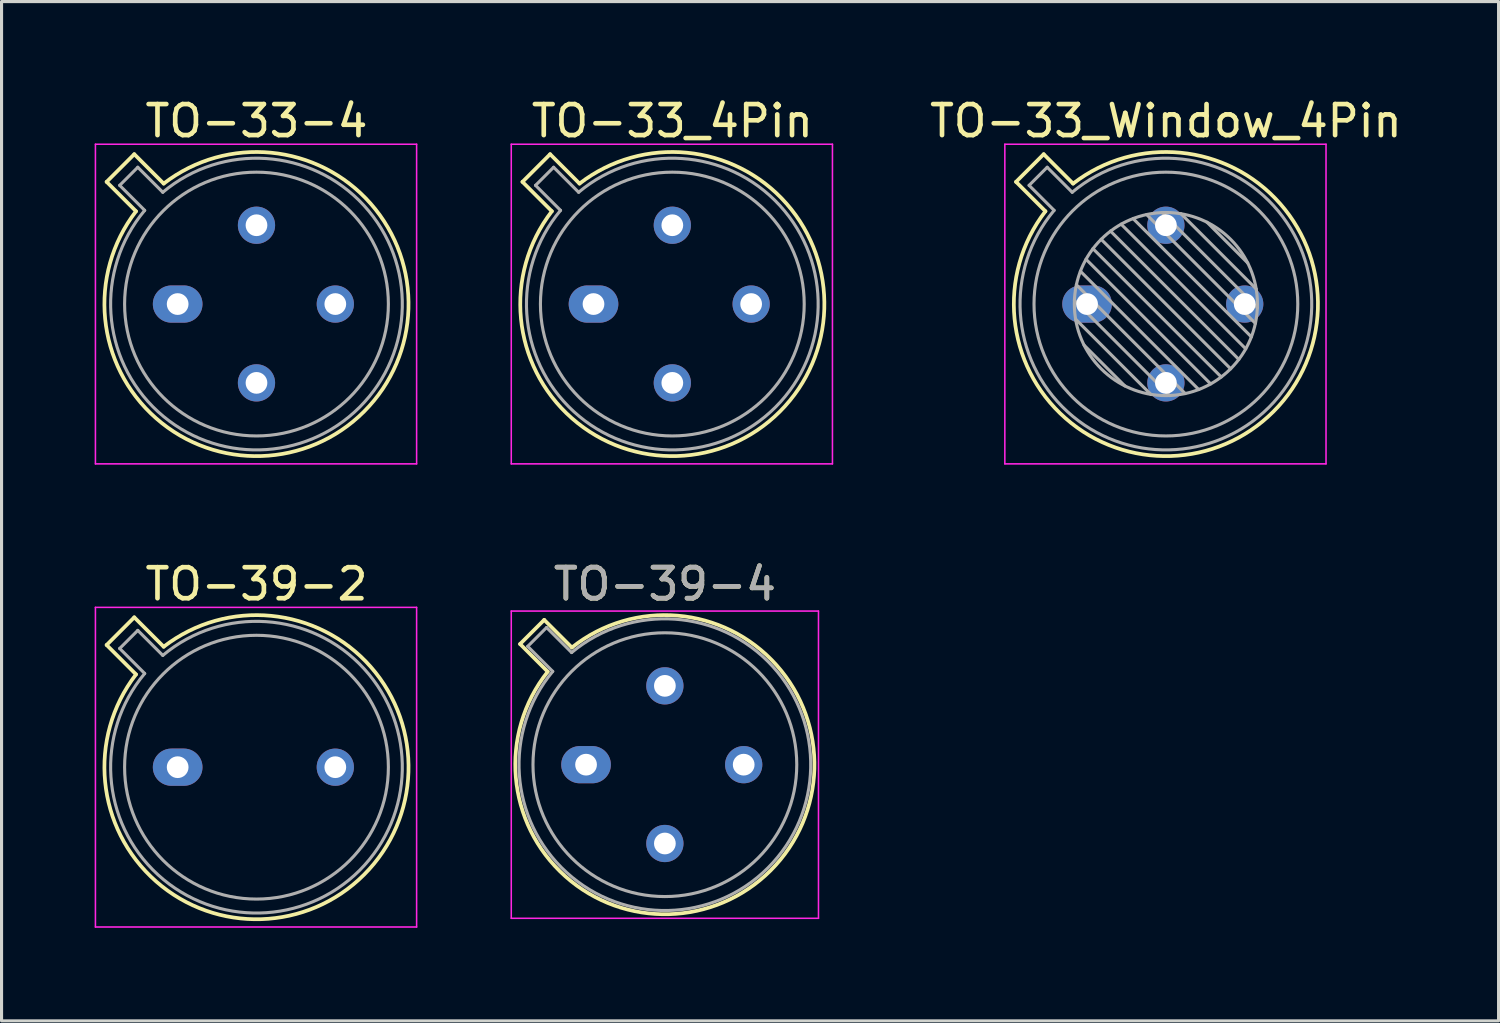
<source format=kicad_pcb>
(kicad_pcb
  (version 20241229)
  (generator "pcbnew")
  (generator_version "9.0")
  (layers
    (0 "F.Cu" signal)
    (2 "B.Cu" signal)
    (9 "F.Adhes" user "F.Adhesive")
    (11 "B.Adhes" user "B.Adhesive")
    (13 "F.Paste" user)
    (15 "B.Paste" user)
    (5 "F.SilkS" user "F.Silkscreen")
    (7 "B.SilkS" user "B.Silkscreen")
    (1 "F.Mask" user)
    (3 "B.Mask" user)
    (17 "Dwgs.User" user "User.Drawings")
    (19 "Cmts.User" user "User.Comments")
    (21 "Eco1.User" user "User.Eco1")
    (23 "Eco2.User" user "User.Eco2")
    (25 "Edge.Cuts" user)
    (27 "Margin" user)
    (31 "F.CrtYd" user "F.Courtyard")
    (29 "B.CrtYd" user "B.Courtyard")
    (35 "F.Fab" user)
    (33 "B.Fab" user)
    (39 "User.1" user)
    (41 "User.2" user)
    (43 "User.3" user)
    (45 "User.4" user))
  (footprint "TO-39-4"
    (layer "F.Cu")
    (at 15.835 21.591)
    (property "Reference" "TO-39-4" (at 2.54 -5.82 0) (layer "F.SilkS") (effects (font (size 1 1) (thickness 0.15))))
    (attr through_hole)
    (fp_line (start -2.126 -3.888) (end -1.235 -2.997) (stroke (width 0.12) (type solid)) (layer "F.SilkS"))
    (fp_line (start -1.348 -4.666) (end -2.126 -3.888) (stroke (width 0.12) (type solid)) (layer "F.SilkS"))
    (fp_line (start -0.457 -3.775) (end -1.348 -4.666) (stroke (width 0.12) (type solid)) (layer "F.SilkS"))
    (fp_arc (start -0.457084 -3.774902) (mid 5.948125 3.408384) (end -1.234674 -2.997371) (stroke (width 0.12) (type solid)) (layer "F.SilkS"))
    (fp_line (start -2.41 -4.95) (end -2.41 4.95) (stroke (width 0.05) (type solid)) (layer "F.CrtYd"))
    (fp_line (start -2.41 4.95) (end 7.49 4.95) (stroke (width 0.05) (type solid)) (layer "F.CrtYd"))
    (fp_line (start 7.49 -4.95) (end -2.41 -4.95) (stroke (width 0.05) (type solid)) (layer "F.CrtYd"))
    (fp_line (start 7.49 4.95) (end 7.49 -4.95) (stroke (width 0.05) (type solid)) (layer "F.CrtYd"))
    (fp_line (start -1.88 -3.812) (end -1.074 -3.005) (stroke (width 0.1) (type solid)) (layer "F.Fab"))
    (fp_line (start -1.272 -4.42) (end -1.88 -3.812) (stroke (width 0.1) (type solid)) (layer "F.Fab"))
    (fp_line (start -0.465 -3.614) (end -1.272 -4.42) (stroke (width 0.1) (type solid)) (layer "F.Fab"))
    (fp_arc (start -0.465408 -3.61352) (mid 5.863443 3.323361) (end -1.073594 -3.005319) (stroke (width 0.1) (type solid)) (layer "F.Fab"))
    (fp_circle (center 2.54 0) (end 6.79 0) (stroke (width 0.1) (type solid)) (fill no) (layer "F.Fab"))
    (fp_text user "${REFERENCE}" (at 2.54 -5.82 0) (layer "F.Fab") (effects (font (size 1 1) (thickness 0.15))))
    (pad "1" thru_hole oval (at 0 0) (size 1.6 1.2) (drill 0.7) (layers "*.Cu" "*.Mask"))
    (pad "2" thru_hole oval (at 2.54 2.54) (size 1.2 1.2) (drill 0.7) (layers "*.Cu" "*.Mask"))
    (pad "3" thru_hole oval (at 5.08 0) (size 1.2 1.2) (drill 0.7) (layers "*.Cu" "*.Mask"))
    (pad "4" thru_hole oval (at 2.54 -2.54) (size 1.2 1.2) (drill 0.7) (layers "*.Cu" "*.Mask")))
  (footprint "TO-33_Window_4Pin"
    (layer "F.Cu")
    (at 31.98 6.748)
    (property "Reference" "TO-33_Window_4Pin" (at 2.54 -5.9 0) (layer "F.SilkS") (effects (font (size 1 1) (thickness 0.15))))
    (attr through_hole)
    (fp_line (start -2.289 -3.938) (end -1.342 -2.991) (stroke (width 0.12) (type solid)) (layer "F.SilkS"))
    (fp_line (start -1.398 -4.829) (end -2.289 -3.938) (stroke (width 0.12) (type solid)) (layer "F.SilkS"))
    (fp_line (start -0.451 -3.882) (end -1.398 -4.829) (stroke (width 0.12) (type solid)) (layer "F.SilkS"))
    (fp_arc (start -0.450589 -3.881543) (mid 6.004823 3.464823) (end -1.341543 -2.990588) (stroke (width 0.12) (type solid)) (layer "F.SilkS"))
    (fp_line (start -2.65 -5.15) (end -2.65 5.15) (stroke (width 0.05) (type solid)) (layer "F.CrtYd"))
    (fp_line (start -2.65 5.15) (end 7.7 5.15) (stroke (width 0.05) (type solid)) (layer "F.CrtYd"))
    (fp_line (start 7.7 -5.15) (end -2.65 -5.15) (stroke (width 0.05) (type solid)) (layer "F.CrtYd"))
    (fp_line (start 7.7 5.15) (end 7.7 -5.15) (stroke (width 0.05) (type solid)) (layer "F.CrtYd"))
    (fp_line (start -1.868 -3.825) (end -1.062 -3.019) (stroke (width 0.1) (type solid)) (layer "F.Fab"))
    (fp_line (start -1.285 -4.408) (end -1.868 -3.825) (stroke (width 0.1) (type solid)) (layer "F.Fab"))
    (fp_line (start -0.479 -3.602) (end -1.285 -4.408) (stroke (width 0.1) (type solid)) (layer "F.Fab"))
    (fp_line (start -0.408 -0.12) (end 2.66 2.948) (stroke (width 0.1) (type solid)) (layer "F.Fab"))
    (fp_line (start -0.371 0.485) (end 2.055 2.911) (stroke (width 0.1) (type solid)) (layer "F.Fab"))
    (fp_line (start -0.344 -0.622) (end 3.162 2.884) (stroke (width 0.1) (type solid)) (layer "F.Fab"))
    (fp_line (start -0.215 -1.058) (end 3.598 2.755) (stroke (width 0.1) (type solid)) (layer "F.Fab"))
    (fp_line (start -0.097 1.324) (end 1.216 2.637) (stroke (width 0.1) (type solid)) (layer "F.Fab"))
    (fp_line (start -0.034 -1.443) (end 3.983 2.574) (stroke (width 0.1) (type solid)) (layer "F.Fab"))
    (fp_line (start 0.19 -1.784) (end 4.324 2.35) (stroke (width 0.1) (type solid)) (layer "F.Fab"))
    (fp_line (start 0.454 -2.086) (end 4.626 2.086) (stroke (width 0.1) (type solid)) (layer "F.Fab"))
    (fp_line (start 0.756 -2.35) (end 4.89 1.784) (stroke (width 0.1) (type solid)) (layer "F.Fab"))
    (fp_line (start 1.097 -2.574) (end 5.114 1.443) (stroke (width 0.1) (type solid)) (layer "F.Fab"))
    (fp_line (start 1.482 -2.755) (end 5.295 1.058) (stroke (width 0.1) (type solid)) (layer "F.Fab"))
    (fp_line (start 1.918 -2.884) (end 5.424 0.622) (stroke (width 0.1) (type solid)) (layer "F.Fab"))
    (fp_line (start 2.42 -2.948) (end 5.488 0.12) (stroke (width 0.1) (type solid)) (layer "F.Fab"))
    (fp_line (start 3.025 -2.911) (end 5.451 -0.485) (stroke (width 0.1) (type solid)) (layer "F.Fab"))
    (fp_line (start 3.864 -2.637) (end 5.177 -1.324) (stroke (width 0.1) (type solid)) (layer "F.Fab"))
    (fp_arc (start -0.478935 -3.602226) (mid 5.863402 3.323402) (end -1.062226 -3.018935) (stroke (width 0.1) (type solid)) (layer "F.Fab"))
    (fp_circle (center 2.54 0) (end 5.49 0) (stroke (width 0.1) (type solid)) (fill no) (layer "F.Fab"))
    (fp_circle (center 2.54 0) (end 6.79 0) (stroke (width 0.1) (type solid)) (fill no) (layer "F.Fab"))
    (pad "1" thru_hole oval (at 0 0) (size 1.6 1.2) (drill 0.7) (layers "*.Cu" "*.Mask"))
    (pad "2" thru_hole oval (at 2.54 2.54) (size 1.2 1.2) (drill 0.7) (layers "*.Cu" "*.Mask"))
    (pad "3" thru_hole oval (at 5.08 0) (size 1.2 1.2) (drill 0.7) (layers "*.Cu" "*.Mask"))
    (pad "4" thru_hole oval (at 2.54 -2.54) (size 1.2 1.2) (drill 0.7) (layers "*.Cu" "*.Mask")))
  (footprint "TO-39-2"
    (layer "F.Cu")
    (at 2.675 21.672)
    (property "Reference" "TO-39-2" (at 2.54 -5.9 0) (layer "F.SilkS") (effects (font (size 1 1) (thickness 0.15))))
    (attr through_hole)
    (fp_line (start -2.289 -3.938) (end -1.342 -2.991) (stroke (width 0.12) (type solid)) (layer "F.SilkS"))
    (fp_line (start -1.398 -4.829) (end -2.289 -3.938) (stroke (width 0.12) (type solid)) (layer "F.SilkS"))
    (fp_line (start -0.451 -3.882) (end -1.398 -4.829) (stroke (width 0.12) (type solid)) (layer "F.SilkS"))
    (fp_arc (start -0.450589 -3.881543) (mid 6.005607 3.46404) (end -1.342895 -2.988833) (stroke (width 0.12) (type solid)) (layer "F.SilkS"))
    (fp_line (start -2.65 -5.15) (end -2.65 5.15) (stroke (width 0.05) (type solid)) (layer "F.CrtYd"))
    (fp_line (start -2.65 5.15) (end 7.7 5.15) (stroke (width 0.05) (type solid)) (layer "F.CrtYd"))
    (fp_line (start 7.7 -5.15) (end -2.65 -5.15) (stroke (width 0.05) (type solid)) (layer "F.CrtYd"))
    (fp_line (start 7.7 5.15) (end 7.7 -5.15) (stroke (width 0.05) (type solid)) (layer "F.CrtYd"))
    (fp_line (start -1.868 -3.825) (end -1.062 -3.019) (stroke (width 0.1) (type solid)) (layer "F.Fab"))
    (fp_line (start -1.285 -4.408) (end -1.868 -3.825) (stroke (width 0.1) (type solid)) (layer "F.Fab"))
    (fp_line (start -0.479 -3.602) (end -1.285 -4.408) (stroke (width 0.1) (type solid)) (layer "F.Fab"))
    (fp_arc (start -0.478935 -3.602226) (mid 5.864303 3.322501) (end -1.063862 -3.016982) (stroke (width 0.1) (type solid)) (layer "F.Fab"))
    (fp_circle (center 2.54 0) (end 6.79 0) (stroke (width 0.1) (type solid)) (fill no) (layer "F.Fab"))
    (pad "1" thru_hole oval (at 0 0) (size 1.6 1.2) (drill 0.7) (layers "*.Cu" "*.Mask"))
    (pad "2" thru_hole oval (at 5.08 0) (size 1.2 1.2) (drill 0.7) (layers "*.Cu" "*.Mask")))
  (footprint "TO-33-4"
    (layer "F.Cu")
    (at 2.675 6.748)
    (property "Reference" "TO-33-4" (at 2.54 -5.9 0) (layer "F.SilkS") (effects (font (size 1 1) (thickness 0.15))))
    (attr through_hole)
    (fp_line (start -2.289 -3.938) (end -1.342 -2.991) (stroke (width 0.12) (type solid)) (layer "F.SilkS"))
    (fp_line (start -1.398 -4.829) (end -2.289 -3.938) (stroke (width 0.12) (type solid)) (layer "F.SilkS"))
    (fp_line (start -0.451 -3.882) (end -1.398 -4.829) (stroke (width 0.12) (type solid)) (layer "F.SilkS"))
    (fp_arc (start -0.450589 -3.881543) (mid 6.005607 3.46404) (end -1.342895 -2.988833) (stroke (width 0.12) (type solid)) (layer "F.SilkS"))
    (fp_line (start -2.65 -5.15) (end -2.65 5.15) (stroke (width 0.05) (type solid)) (layer "F.CrtYd"))
    (fp_line (start -2.65 5.15) (end 7.7 5.15) (stroke (width 0.05) (type solid)) (layer "F.CrtYd"))
    (fp_line (start 7.7 -5.15) (end -2.65 -5.15) (stroke (width 0.05) (type solid)) (layer "F.CrtYd"))
    (fp_line (start 7.7 5.15) (end 7.7 -5.15) (stroke (width 0.05) (type solid)) (layer "F.CrtYd"))
    (fp_line (start -1.868 -3.825) (end -1.062 -3.019) (stroke (width 0.1) (type solid)) (layer "F.Fab"))
    (fp_line (start -1.285 -4.408) (end -1.868 -3.825) (stroke (width 0.1) (type solid)) (layer "F.Fab"))
    (fp_line (start -0.479 -3.602) (end -1.285 -4.408) (stroke (width 0.1) (type solid)) (layer "F.Fab"))
    (fp_arc (start -0.478935 -3.602226) (mid 5.864303 3.322501) (end -1.063862 -3.016982) (stroke (width 0.1) (type solid)) (layer "F.Fab"))
    (fp_circle (center 2.54 0) (end 6.79 0) (stroke (width 0.1) (type solid)) (fill no) (layer "F.Fab"))
    (pad "1" thru_hole oval (at 0 0) (size 1.6 1.2) (drill 0.7) (layers "*.Cu" "*.Mask"))
    (pad "2" thru_hole oval (at 2.54 2.54) (size 1.2 1.2) (drill 0.7) (layers "*.Cu" "*.Mask"))
    (pad "3" thru_hole oval (at 5.08 0) (size 1.2 1.2) (drill 0.7) (layers "*.Cu" "*.Mask"))
    (pad "4" thru_hole oval (at 2.54 -2.54) (size 1.2 1.2) (drill 0.7) (layers "*.Cu" "*.Mask")))
  (footprint "TO-33_4Pin"
    (layer "F.Cu")
    (at 16.075 6.748)
    (property "Reference" "TO-33_4Pin" (at 2.54 -5.9 0) (layer "F.SilkS") (effects (font (size 1 1) (thickness 0.15))))
    (attr through_hole)
    (fp_line (start -2.289 -3.938) (end -1.342 -2.991) (stroke (width 0.12) (type solid)) (layer "F.SilkS"))
    (fp_line (start -1.398 -4.829) (end -2.289 -3.938) (stroke (width 0.12) (type solid)) (layer "F.SilkS"))
    (fp_line (start -0.451 -3.882) (end -1.398 -4.829) (stroke (width 0.12) (type solid)) (layer "F.SilkS"))
    (fp_arc (start -0.450589 -3.881543) (mid 6.004823 3.464823) (end -1.341543 -2.990588) (stroke (width 0.12) (type solid)) (layer "F.SilkS"))
    (fp_line (start -2.65 -5.15) (end -2.65 5.15) (stroke (width 0.05) (type solid)) (layer "F.CrtYd"))
    (fp_line (start -2.65 5.15) (end 7.7 5.15) (stroke (width 0.05) (type solid)) (layer "F.CrtYd"))
    (fp_line (start 7.7 -5.15) (end -2.65 -5.15) (stroke (width 0.05) (type solid)) (layer "F.CrtYd"))
    (fp_line (start 7.7 5.15) (end 7.7 -5.15) (stroke (width 0.05) (type solid)) (layer "F.CrtYd"))
    (fp_line (start -1.868 -3.825) (end -1.062 -3.019) (stroke (width 0.1) (type solid)) (layer "F.Fab"))
    (fp_line (start -1.285 -4.408) (end -1.868 -3.825) (stroke (width 0.1) (type solid)) (layer "F.Fab"))
    (fp_line (start -0.479 -3.602) (end -1.285 -4.408) (stroke (width 0.1) (type solid)) (layer "F.Fab"))
    (fp_arc (start -0.478935 -3.602226) (mid 5.863402 3.323402) (end -1.062226 -3.018935) (stroke (width 0.1) (type solid)) (layer "F.Fab"))
    (fp_circle (center 2.54 0) (end 6.79 0) (stroke (width 0.1) (type solid)) (fill no) (layer "F.Fab"))
    (pad "1" thru_hole oval (at 0 0) (size 1.6 1.2) (drill 0.7) (layers "*.Cu" "*.Mask"))
    (pad "2" thru_hole oval (at 2.54 2.54) (size 1.2 1.2) (drill 0.7) (layers "*.Cu" "*.Mask"))
    (pad "3" thru_hole oval (at 5.08 0) (size 1.2 1.2) (drill 0.7) (layers "*.Cu" "*.Mask"))
    (pad "4" thru_hole oval (at 2.54 -2.54) (size 1.2 1.2) (drill 0.7) (layers "*.Cu" "*.Mask")))
  (gr_rect
    (start -3 -3)
    (end 45.24 29.846)
    (stroke (width 0.1) (type default))
    (fill no)
    (layer "Edge.Cuts")))
</source>
